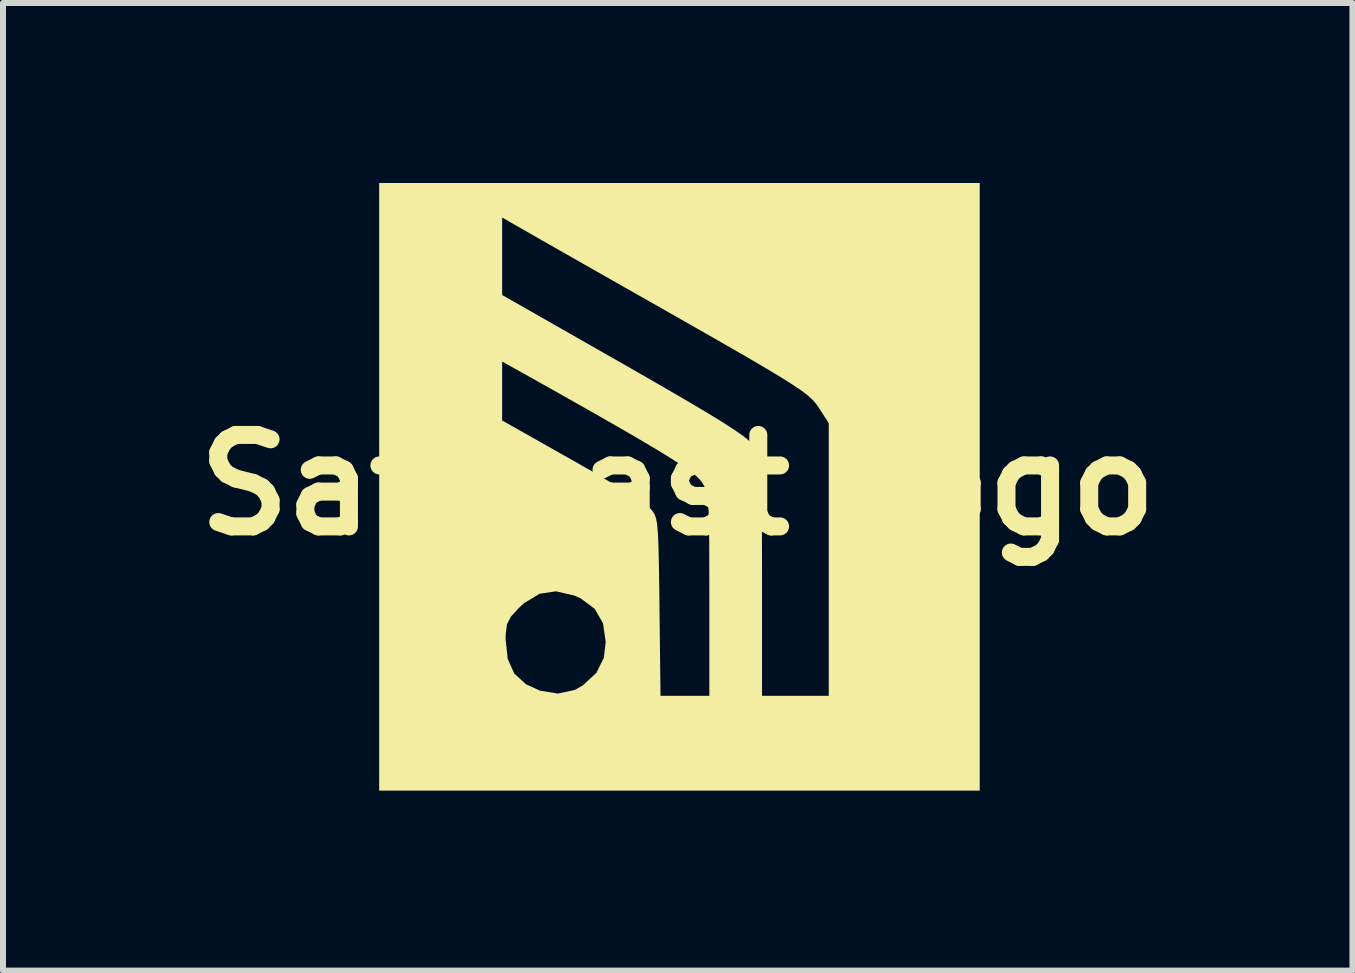
<source format=kicad_pcb>
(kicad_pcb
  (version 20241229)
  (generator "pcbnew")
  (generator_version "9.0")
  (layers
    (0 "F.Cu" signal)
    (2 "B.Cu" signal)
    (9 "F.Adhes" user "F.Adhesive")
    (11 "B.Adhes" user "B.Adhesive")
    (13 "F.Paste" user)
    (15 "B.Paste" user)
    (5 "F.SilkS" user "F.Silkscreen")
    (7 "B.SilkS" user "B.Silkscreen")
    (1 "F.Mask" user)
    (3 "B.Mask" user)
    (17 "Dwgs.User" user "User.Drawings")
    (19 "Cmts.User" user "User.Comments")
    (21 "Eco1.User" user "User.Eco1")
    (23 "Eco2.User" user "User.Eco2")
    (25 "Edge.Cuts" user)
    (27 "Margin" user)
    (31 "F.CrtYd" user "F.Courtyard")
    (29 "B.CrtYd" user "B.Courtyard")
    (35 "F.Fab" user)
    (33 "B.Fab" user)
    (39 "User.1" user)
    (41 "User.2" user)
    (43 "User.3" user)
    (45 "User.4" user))
  (footprint "Safecast logo"
    (layer "F.Cu")
    (at 8.244 5.033)
    (property "Reference" "Safecast logo" (at 0 0 0) (layer "F.SilkS") (effects (font (size 1.524 1.524) (thickness 0.3))))
    (attr through_hole)
    (fp_poly (pts (xy 5.033 5.092) (xy -4.975 5.092) (xy -4.975 2.571) (xy -2.868 2.571) (xy -2.833 2.898) (xy -2.723 3.143) (xy -2.527 3.32) (xy -2.298 3.426) (xy -1.997 3.475) (xy -1.716 3.415) (xy -1.584 3.341) (xy -1.356 3.13) (xy -1.232 2.881) (xy -1.2 2.615) (xy -1.245 2.304) (xy -1.383 2.063) (xy -1.617 1.889) (xy -1.725 1.841) (xy -2.028 1.771) (xy -2.3 1.811) (xy -2.555 1.964) (xy -2.645 2.046) (xy -2.779 2.192) (xy -2.845 2.318) (xy -2.866 2.476) (xy -2.868 2.571) (xy -4.975 2.571) (xy -4.975 -1.076) (xy -2.926 -1.076) (xy -1.766 -0.421) (xy -1.423 -0.225) (xy -1.107 -0.038) (xy -0.836 0.129) (xy -0.626 0.264) (xy -0.494 0.359) (xy -0.464 0.385) (xy -0.421 0.433) (xy -0.387 0.485) (xy -0.361 0.555) (xy -0.343 0.657) (xy -0.33 0.807) (xy -0.321 1.02) (xy -0.314 1.309) (xy -0.308 1.69) (xy -0.304 2.024) (xy -0.287 3.512) (xy 0.527 3.512) (xy 0.527 1.823) (xy 0.526 1.334) (xy 0.525 0.948) (xy 0.521 0.651) (xy 0.515 0.428) (xy 0.504 0.267) (xy 0.488 0.152) (xy 0.466 0.07) (xy 0.437 0.006) (xy 0.399 -0.053) (xy 0.395 -0.059) (xy 0.341 -0.121) (xy 0.25 -0.199) (xy 0.114 -0.298) (xy -0.075 -0.421) (xy -0.323 -0.575) (xy -0.638 -0.762) (xy -1.028 -0.988) (xy -1.501 -1.258) (xy -2.063 -1.575) (xy -2.56 -1.854) (xy -2.926 -2.058) (xy -2.926 -1.076) (xy -4.975 -1.076) (xy -4.975 -3.167) (xy -2.926 -3.167) (xy -0.893 -2.008) (xy -0.354 -1.699) (xy 0.091 -1.441) (xy 0.451 -1.228) (xy 0.734 -1.056) (xy 0.948 -0.917) (xy 1.103 -0.809) (xy 1.206 -0.724) (xy 1.267 -0.657) (xy 1.272 -0.65) (xy 1.308 -0.594) (xy 1.336 -0.535) (xy 1.359 -0.462) (xy 1.376 -0.361) (xy 1.388 -0.219) (xy 1.396 -0.023) (xy 1.401 0.239) (xy 1.403 0.579) (xy 1.404 1.012) (xy 1.405 1.53) (xy 1.405 3.512) (xy 2.517 3.512) (xy 2.517 -1.031) (xy 2.35 -1.291) (xy 2.305 -1.355) (xy 2.248 -1.42) (xy 2.171 -1.49) (xy 2.063 -1.573) (xy 1.916 -1.672) (xy 1.721 -1.795) (xy 1.468 -1.947) (xy 1.148 -2.135) (xy 0.752 -2.363) (xy 0.27 -2.638) (xy -0.181 -2.895) (xy -0.669 -3.172) (xy -1.131 -3.434) (xy -1.556 -3.676) (xy -1.933 -3.891) (xy -2.252 -4.072) (xy -2.5 -4.214) (xy -2.666 -4.309) (xy -2.736 -4.349) (xy -2.926 -4.459) (xy -2.926 -3.167) (xy -4.975 -3.167) (xy -4.975 -5.033) (xy 5.033 -5.033)) (stroke (width 0) (type solid)) (fill yes) (layer "F.SilkS")))
  (gr_rect
    (start -3 -3)
    (end 19.488 13.125)
    (stroke (width 0.1) (type default))
    (fill no)
    (layer "Edge.Cuts")))
</source>
